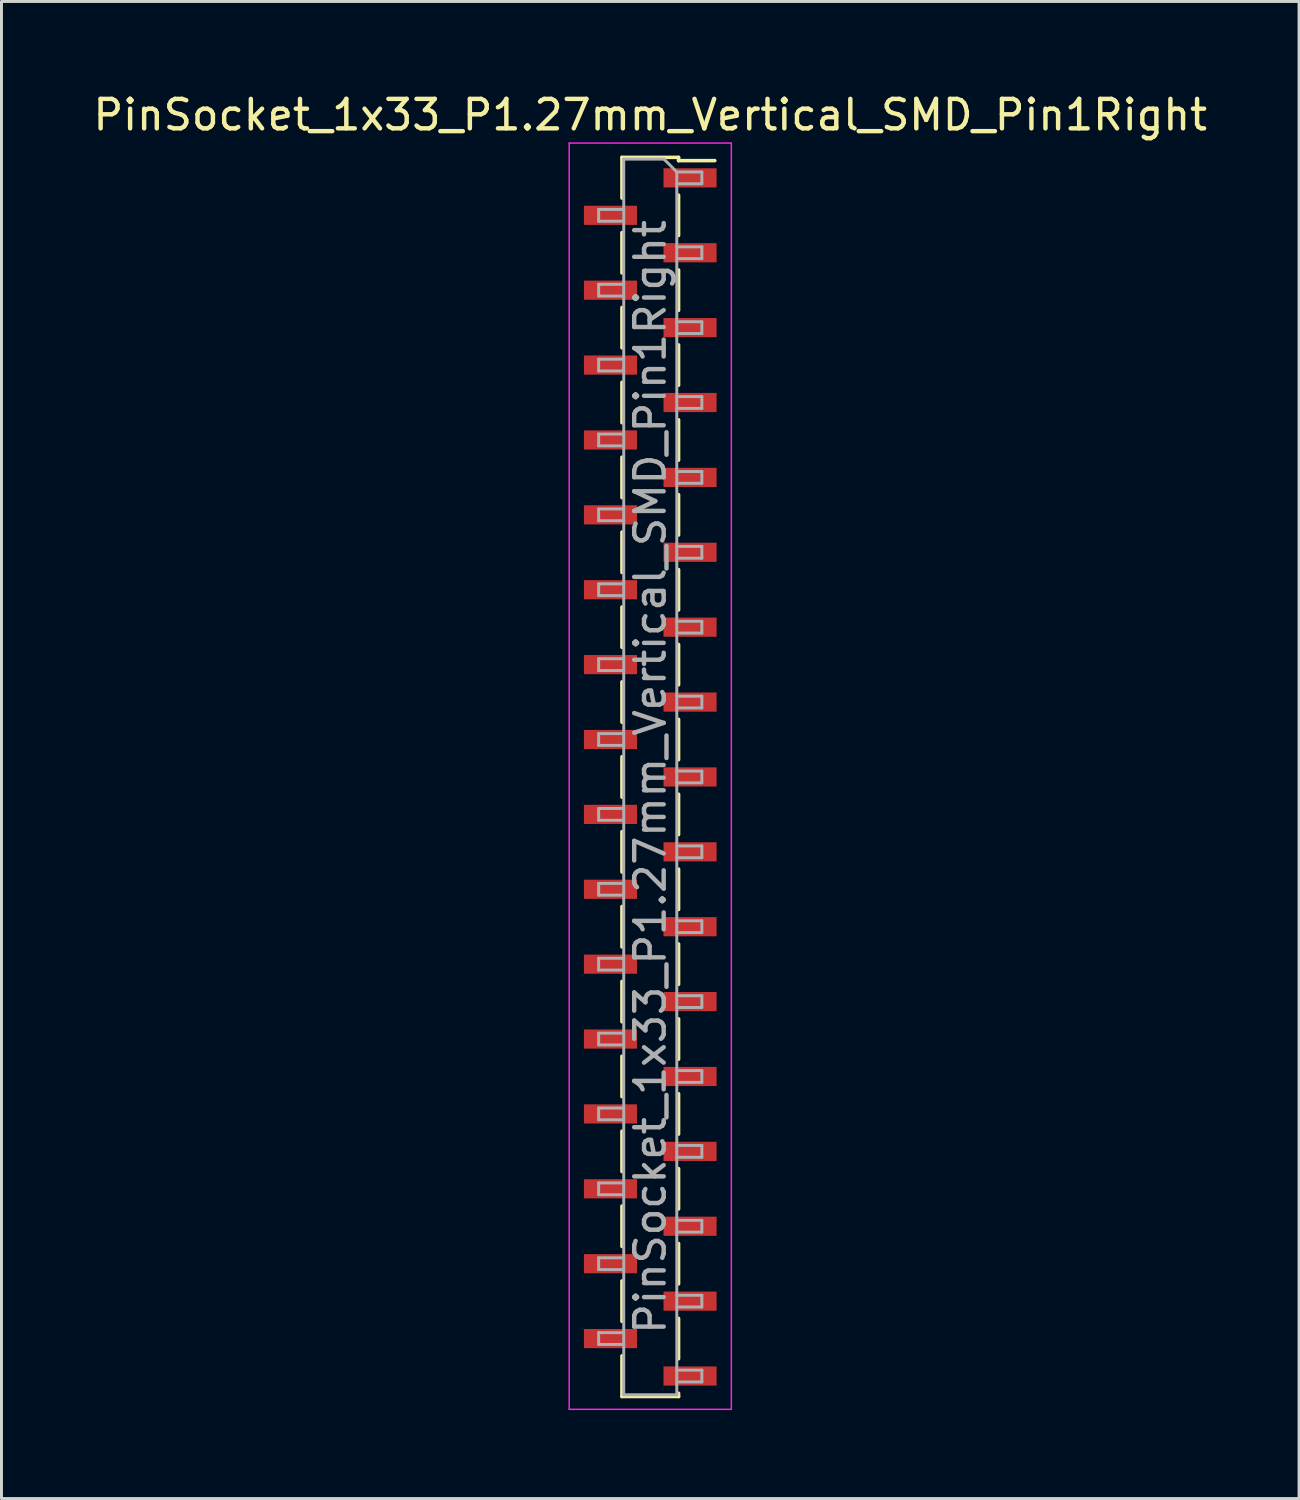
<source format=kicad_pcb>
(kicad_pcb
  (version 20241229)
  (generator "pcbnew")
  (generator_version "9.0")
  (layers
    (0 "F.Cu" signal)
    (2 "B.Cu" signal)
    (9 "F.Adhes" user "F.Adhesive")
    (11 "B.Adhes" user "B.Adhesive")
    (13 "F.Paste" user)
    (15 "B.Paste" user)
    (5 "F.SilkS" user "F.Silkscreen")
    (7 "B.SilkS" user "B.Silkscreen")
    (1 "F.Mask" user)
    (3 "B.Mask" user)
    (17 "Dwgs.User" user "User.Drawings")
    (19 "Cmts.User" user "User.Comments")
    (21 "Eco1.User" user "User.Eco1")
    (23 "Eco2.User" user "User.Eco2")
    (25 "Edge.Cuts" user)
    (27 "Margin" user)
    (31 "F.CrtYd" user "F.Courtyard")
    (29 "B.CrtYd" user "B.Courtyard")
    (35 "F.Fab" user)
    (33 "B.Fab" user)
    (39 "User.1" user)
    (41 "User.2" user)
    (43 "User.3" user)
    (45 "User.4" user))
  (footprint "PinSocket_1x33_P1.27mm_Vertical_SMD_Pin1Right"
    (layer "F.Cu")
    (at 19.006 23.303)
    (property "Reference" "PinSocket_1x33_P1.27mm_Vertical_SMD_Pin1Right" (at 0 -22.455 0) (layer "F.SilkS") (effects (font (size 1 1) (thickness 0.15))))
    (attr smd)
    (fp_line (start -0.96 -21.015) (end -0.96 -19.635) (stroke (width 0.12) (type solid)) (layer "F.SilkS"))
    (fp_line (start -0.96 -21.015) (end 0.96 -21.015) (stroke (width 0.12) (type solid)) (layer "F.SilkS"))
    (fp_line (start -0.96 -18.465) (end -0.96 -17.095) (stroke (width 0.12) (type solid)) (layer "F.SilkS"))
    (fp_line (start -0.96 -15.925) (end -0.96 -14.555) (stroke (width 0.12) (type solid)) (layer "F.SilkS"))
    (fp_line (start -0.96 -13.385) (end -0.96 -12.015) (stroke (width 0.12) (type solid)) (layer "F.SilkS"))
    (fp_line (start -0.96 -10.845) (end -0.96 -9.475) (stroke (width 0.12) (type solid)) (layer "F.SilkS"))
    (fp_line (start -0.96 -8.305) (end -0.96 -6.935) (stroke (width 0.12) (type solid)) (layer "F.SilkS"))
    (fp_line (start -0.96 -5.765) (end -0.96 -4.395) (stroke (width 0.12) (type solid)) (layer "F.SilkS"))
    (fp_line (start -0.96 -3.225) (end -0.96 -1.855) (stroke (width 0.12) (type solid)) (layer "F.SilkS"))
    (fp_line (start -0.96 -0.685) (end -0.96 0.685) (stroke (width 0.12) (type solid)) (layer "F.SilkS"))
    (fp_line (start -0.96 1.855) (end -0.96 3.225) (stroke (width 0.12) (type solid)) (layer "F.SilkS"))
    (fp_line (start -0.96 4.395) (end -0.96 5.765) (stroke (width 0.12) (type solid)) (layer "F.SilkS"))
    (fp_line (start -0.96 6.935) (end -0.96 8.305) (stroke (width 0.12) (type solid)) (layer "F.SilkS"))
    (fp_line (start -0.96 9.475) (end -0.96 10.845) (stroke (width 0.12) (type solid)) (layer "F.SilkS"))
    (fp_line (start -0.96 12.015) (end -0.96 13.385) (stroke (width 0.12) (type solid)) (layer "F.SilkS"))
    (fp_line (start -0.96 14.555) (end -0.96 15.925) (stroke (width 0.12) (type solid)) (layer "F.SilkS"))
    (fp_line (start -0.96 17.095) (end -0.96 18.465) (stroke (width 0.12) (type solid)) (layer "F.SilkS"))
    (fp_line (start -0.96 19.635) (end -0.96 21.015) (stroke (width 0.12) (type solid)) (layer "F.SilkS"))
    (fp_line (start -0.96 21.015) (end 0.96 21.015) (stroke (width 0.12) (type solid)) (layer "F.SilkS"))
    (fp_line (start 0.96 -21.015) (end 0.96 -20.905) (stroke (width 0.12) (type solid)) (layer "F.SilkS"))
    (fp_line (start 0.96 -20.905) (end 2.19 -20.905) (stroke (width 0.12) (type solid)) (layer "F.SilkS"))
    (fp_line (start 0.96 -19.735) (end 0.96 -18.365) (stroke (width 0.12) (type solid)) (layer "F.SilkS"))
    (fp_line (start 0.96 -17.195) (end 0.96 -15.825) (stroke (width 0.12) (type solid)) (layer "F.SilkS"))
    (fp_line (start 0.96 -14.655) (end 0.96 -13.285) (stroke (width 0.12) (type solid)) (layer "F.SilkS"))
    (fp_line (start 0.96 -12.115) (end 0.96 -10.745) (stroke (width 0.12) (type solid)) (layer "F.SilkS"))
    (fp_line (start 0.96 -9.575) (end 0.96 -8.205) (stroke (width 0.12) (type solid)) (layer "F.SilkS"))
    (fp_line (start 0.96 -7.035) (end 0.96 -5.665) (stroke (width 0.12) (type solid)) (layer "F.SilkS"))
    (fp_line (start 0.96 -4.495) (end 0.96 -3.125) (stroke (width 0.12) (type solid)) (layer "F.SilkS"))
    (fp_line (start 0.96 -1.955) (end 0.96 -0.585) (stroke (width 0.12) (type solid)) (layer "F.SilkS"))
    (fp_line (start 0.96 0.585) (end 0.96 1.955) (stroke (width 0.12) (type solid)) (layer "F.SilkS"))
    (fp_line (start 0.96 3.125) (end 0.96 4.495) (stroke (width 0.12) (type solid)) (layer "F.SilkS"))
    (fp_line (start 0.96 5.665) (end 0.96 7.035) (stroke (width 0.12) (type solid)) (layer "F.SilkS"))
    (fp_line (start 0.96 8.205) (end 0.96 9.575) (stroke (width 0.12) (type solid)) (layer "F.SilkS"))
    (fp_line (start 0.96 10.745) (end 0.96 12.115) (stroke (width 0.12) (type solid)) (layer "F.SilkS"))
    (fp_line (start 0.96 13.285) (end 0.96 14.655) (stroke (width 0.12) (type solid)) (layer "F.SilkS"))
    (fp_line (start 0.96 15.825) (end 0.96 17.195) (stroke (width 0.12) (type solid)) (layer "F.SilkS"))
    (fp_line (start 0.96 18.365) (end 0.96 19.735) (stroke (width 0.12) (type solid)) (layer "F.SilkS"))
    (fp_line (start 0.96 20.905) (end 0.96 21.015) (stroke (width 0.12) (type solid)) (layer "F.SilkS"))
    (fp_line (start -2.75 -21.5) (end 2.75 -21.5) (stroke (width 0.05) (type solid)) (layer "F.CrtYd"))
    (fp_line (start -2.75 21.45) (end -2.75 -21.5) (stroke (width 0.05) (type solid)) (layer "F.CrtYd"))
    (fp_line (start 2.75 -21.5) (end 2.75 21.45) (stroke (width 0.05) (type solid)) (layer "F.CrtYd"))
    (fp_line (start 2.75 21.45) (end -2.75 21.45) (stroke (width 0.05) (type solid)) (layer "F.CrtYd"))
    (fp_line (start -1.75 -19.25) (end -0.9 -19.25) (stroke (width 0.1) (type solid)) (layer "F.Fab"))
    (fp_line (start -1.75 -18.85) (end -1.75 -19.25) (stroke (width 0.1) (type solid)) (layer "F.Fab"))
    (fp_line (start -1.75 -16.71) (end -0.9 -16.71) (stroke (width 0.1) (type solid)) (layer "F.Fab"))
    (fp_line (start -1.75 -16.31) (end -1.75 -16.71) (stroke (width 0.1) (type solid)) (layer "F.Fab"))
    (fp_line (start -1.75 -14.17) (end -0.9 -14.17) (stroke (width 0.1) (type solid)) (layer "F.Fab"))
    (fp_line (start -1.75 -13.77) (end -1.75 -14.17) (stroke (width 0.1) (type solid)) (layer "F.Fab"))
    (fp_line (start -1.75 -11.63) (end -0.9 -11.63) (stroke (width 0.1) (type solid)) (layer "F.Fab"))
    (fp_line (start -1.75 -11.23) (end -1.75 -11.63) (stroke (width 0.1) (type solid)) (layer "F.Fab"))
    (fp_line (start -1.75 -9.09) (end -0.9 -9.09) (stroke (width 0.1) (type solid)) (layer "F.Fab"))
    (fp_line (start -1.75 -8.69) (end -1.75 -9.09) (stroke (width 0.1) (type solid)) (layer "F.Fab"))
    (fp_line (start -1.75 -6.55) (end -0.9 -6.55) (stroke (width 0.1) (type solid)) (layer "F.Fab"))
    (fp_line (start -1.75 -6.15) (end -1.75 -6.55) (stroke (width 0.1) (type solid)) (layer "F.Fab"))
    (fp_line (start -1.75 -4.01) (end -0.9 -4.01) (stroke (width 0.1) (type solid)) (layer "F.Fab"))
    (fp_line (start -1.75 -3.61) (end -1.75 -4.01) (stroke (width 0.1) (type solid)) (layer "F.Fab"))
    (fp_line (start -1.75 -1.47) (end -0.9 -1.47) (stroke (width 0.1) (type solid)) (layer "F.Fab"))
    (fp_line (start -1.75 -1.07) (end -1.75 -1.47) (stroke (width 0.1) (type solid)) (layer "F.Fab"))
    (fp_line (start -1.75 1.07) (end -0.9 1.07) (stroke (width 0.1) (type solid)) (layer "F.Fab"))
    (fp_line (start -1.75 1.47) (end -1.75 1.07) (stroke (width 0.1) (type solid)) (layer "F.Fab"))
    (fp_line (start -1.75 3.61) (end -0.9 3.61) (stroke (width 0.1) (type solid)) (layer "F.Fab"))
    (fp_line (start -1.75 4.01) (end -1.75 3.61) (stroke (width 0.1) (type solid)) (layer "F.Fab"))
    (fp_line (start -1.75 6.15) (end -0.9 6.15) (stroke (width 0.1) (type solid)) (layer "F.Fab"))
    (fp_line (start -1.75 6.55) (end -1.75 6.15) (stroke (width 0.1) (type solid)) (layer "F.Fab"))
    (fp_line (start -1.75 8.69) (end -0.9 8.69) (stroke (width 0.1) (type solid)) (layer "F.Fab"))
    (fp_line (start -1.75 9.09) (end -1.75 8.69) (stroke (width 0.1) (type solid)) (layer "F.Fab"))
    (fp_line (start -1.75 11.23) (end -0.9 11.23) (stroke (width 0.1) (type solid)) (layer "F.Fab"))
    (fp_line (start -1.75 11.63) (end -1.75 11.23) (stroke (width 0.1) (type solid)) (layer "F.Fab"))
    (fp_line (start -1.75 13.77) (end -0.9 13.77) (stroke (width 0.1) (type solid)) (layer "F.Fab"))
    (fp_line (start -1.75 14.17) (end -1.75 13.77) (stroke (width 0.1) (type solid)) (layer "F.Fab"))
    (fp_line (start -1.75 16.31) (end -0.9 16.31) (stroke (width 0.1) (type solid)) (layer "F.Fab"))
    (fp_line (start -1.75 16.71) (end -1.75 16.31) (stroke (width 0.1) (type solid)) (layer "F.Fab"))
    (fp_line (start -1.75 18.85) (end -0.9 18.85) (stroke (width 0.1) (type solid)) (layer "F.Fab"))
    (fp_line (start -1.75 19.25) (end -1.75 18.85) (stroke (width 0.1) (type solid)) (layer "F.Fab"))
    (fp_line (start -0.9 -20.955) (end 0.465 -20.955) (stroke (width 0.1) (type solid)) (layer "F.Fab"))
    (fp_line (start -0.9 -18.85) (end -1.75 -18.85) (stroke (width 0.1) (type solid)) (layer "F.Fab"))
    (fp_line (start -0.9 -16.31) (end -1.75 -16.31) (stroke (width 0.1) (type solid)) (layer "F.Fab"))
    (fp_line (start -0.9 -13.77) (end -1.75 -13.77) (stroke (width 0.1) (type solid)) (layer "F.Fab"))
    (fp_line (start -0.9 -11.23) (end -1.75 -11.23) (stroke (width 0.1) (type solid)) (layer "F.Fab"))
    (fp_line (start -0.9 -8.69) (end -1.75 -8.69) (stroke (width 0.1) (type solid)) (layer "F.Fab"))
    (fp_line (start -0.9 -6.15) (end -1.75 -6.15) (stroke (width 0.1) (type solid)) (layer "F.Fab"))
    (fp_line (start -0.9 -3.61) (end -1.75 -3.61) (stroke (width 0.1) (type solid)) (layer "F.Fab"))
    (fp_line (start -0.9 -1.07) (end -1.75 -1.07) (stroke (width 0.1) (type solid)) (layer "F.Fab"))
    (fp_line (start -0.9 1.47) (end -1.75 1.47) (stroke (width 0.1) (type solid)) (layer "F.Fab"))
    (fp_line (start -0.9 4.01) (end -1.75 4.01) (stroke (width 0.1) (type solid)) (layer "F.Fab"))
    (fp_line (start -0.9 6.55) (end -1.75 6.55) (stroke (width 0.1) (type solid)) (layer "F.Fab"))
    (fp_line (start -0.9 9.09) (end -1.75 9.09) (stroke (width 0.1) (type solid)) (layer "F.Fab"))
    (fp_line (start -0.9 11.63) (end -1.75 11.63) (stroke (width 0.1) (type solid)) (layer "F.Fab"))
    (fp_line (start -0.9 14.17) (end -1.75 14.17) (stroke (width 0.1) (type solid)) (layer "F.Fab"))
    (fp_line (start -0.9 16.71) (end -1.75 16.71) (stroke (width 0.1) (type solid)) (layer "F.Fab"))
    (fp_line (start -0.9 19.25) (end -1.75 19.25) (stroke (width 0.1) (type solid)) (layer "F.Fab"))
    (fp_line (start -0.9 20.955) (end -0.9 -20.955) (stroke (width 0.1) (type solid)) (layer "F.Fab"))
    (fp_line (start 0.465 -20.955) (end 0.9 -20.52) (stroke (width 0.1) (type solid)) (layer "F.Fab"))
    (fp_line (start 0.9 -20.52) (end 0.9 20.955) (stroke (width 0.1) (type solid)) (layer "F.Fab"))
    (fp_line (start 0.9 -20.52) (end 1.75 -20.52) (stroke (width 0.1) (type solid)) (layer "F.Fab"))
    (fp_line (start 0.9 -17.98) (end 1.75 -17.98) (stroke (width 0.1) (type solid)) (layer "F.Fab"))
    (fp_line (start 0.9 -15.44) (end 1.75 -15.44) (stroke (width 0.1) (type solid)) (layer "F.Fab"))
    (fp_line (start 0.9 -12.9) (end 1.75 -12.9) (stroke (width 0.1) (type solid)) (layer "F.Fab"))
    (fp_line (start 0.9 -10.36) (end 1.75 -10.36) (stroke (width 0.1) (type solid)) (layer "F.Fab"))
    (fp_line (start 0.9 -7.82) (end 1.75 -7.82) (stroke (width 0.1) (type solid)) (layer "F.Fab"))
    (fp_line (start 0.9 -5.28) (end 1.75 -5.28) (stroke (width 0.1) (type solid)) (layer "F.Fab"))
    (fp_line (start 0.9 -2.74) (end 1.75 -2.74) (stroke (width 0.1) (type solid)) (layer "F.Fab"))
    (fp_line (start 0.9 -0.2) (end 1.75 -0.2) (stroke (width 0.1) (type solid)) (layer "F.Fab"))
    (fp_line (start 0.9 2.34) (end 1.75 2.34) (stroke (width 0.1) (type solid)) (layer "F.Fab"))
    (fp_line (start 0.9 4.88) (end 1.75 4.88) (stroke (width 0.1) (type solid)) (layer "F.Fab"))
    (fp_line (start 0.9 7.42) (end 1.75 7.42) (stroke (width 0.1) (type solid)) (layer "F.Fab"))
    (fp_line (start 0.9 9.96) (end 1.75 9.96) (stroke (width 0.1) (type solid)) (layer "F.Fab"))
    (fp_line (start 0.9 12.5) (end 1.75 12.5) (stroke (width 0.1) (type solid)) (layer "F.Fab"))
    (fp_line (start 0.9 15.04) (end 1.75 15.04) (stroke (width 0.1) (type solid)) (layer "F.Fab"))
    (fp_line (start 0.9 17.58) (end 1.75 17.58) (stroke (width 0.1) (type solid)) (layer "F.Fab"))
    (fp_line (start 0.9 20.12) (end 1.75 20.12) (stroke (width 0.1) (type solid)) (layer "F.Fab"))
    (fp_line (start 0.9 20.955) (end -0.9 20.955) (stroke (width 0.1) (type solid)) (layer "F.Fab"))
    (fp_line (start 1.75 -20.52) (end 1.75 -20.12) (stroke (width 0.1) (type solid)) (layer "F.Fab"))
    (fp_line (start 1.75 -20.12) (end 0.9 -20.12) (stroke (width 0.1) (type solid)) (layer "F.Fab"))
    (fp_line (start 1.75 -17.98) (end 1.75 -17.58) (stroke (width 0.1) (type solid)) (layer "F.Fab"))
    (fp_line (start 1.75 -17.58) (end 0.9 -17.58) (stroke (width 0.1) (type solid)) (layer "F.Fab"))
    (fp_line (start 1.75 -15.44) (end 1.75 -15.04) (stroke (width 0.1) (type solid)) (layer "F.Fab"))
    (fp_line (start 1.75 -15.04) (end 0.9 -15.04) (stroke (width 0.1) (type solid)) (layer "F.Fab"))
    (fp_line (start 1.75 -12.9) (end 1.75 -12.5) (stroke (width 0.1) (type solid)) (layer "F.Fab"))
    (fp_line (start 1.75 -12.5) (end 0.9 -12.5) (stroke (width 0.1) (type solid)) (layer "F.Fab"))
    (fp_line (start 1.75 -10.36) (end 1.75 -9.96) (stroke (width 0.1) (type solid)) (layer "F.Fab"))
    (fp_line (start 1.75 -9.96) (end 0.9 -9.96) (stroke (width 0.1) (type solid)) (layer "F.Fab"))
    (fp_line (start 1.75 -7.82) (end 1.75 -7.42) (stroke (width 0.1) (type solid)) (layer "F.Fab"))
    (fp_line (start 1.75 -7.42) (end 0.9 -7.42) (stroke (width 0.1) (type solid)) (layer "F.Fab"))
    (fp_line (start 1.75 -5.28) (end 1.75 -4.88) (stroke (width 0.1) (type solid)) (layer "F.Fab"))
    (fp_line (start 1.75 -4.88) (end 0.9 -4.88) (stroke (width 0.1) (type solid)) (layer "F.Fab"))
    (fp_line (start 1.75 -2.74) (end 1.75 -2.34) (stroke (width 0.1) (type solid)) (layer "F.Fab"))
    (fp_line (start 1.75 -2.34) (end 0.9 -2.34) (stroke (width 0.1) (type solid)) (layer "F.Fab"))
    (fp_line (start 1.75 -0.2) (end 1.75 0.2) (stroke (width 0.1) (type solid)) (layer "F.Fab"))
    (fp_line (start 1.75 0.2) (end 0.9 0.2) (stroke (width 0.1) (type solid)) (layer "F.Fab"))
    (fp_line (start 1.75 2.34) (end 1.75 2.74) (stroke (width 0.1) (type solid)) (layer "F.Fab"))
    (fp_line (start 1.75 2.74) (end 0.9 2.74) (stroke (width 0.1) (type solid)) (layer "F.Fab"))
    (fp_line (start 1.75 4.88) (end 1.75 5.28) (stroke (width 0.1) (type solid)) (layer "F.Fab"))
    (fp_line (start 1.75 5.28) (end 0.9 5.28) (stroke (width 0.1) (type solid)) (layer "F.Fab"))
    (fp_line (start 1.75 7.42) (end 1.75 7.82) (stroke (width 0.1) (type solid)) (layer "F.Fab"))
    (fp_line (start 1.75 7.82) (end 0.9 7.82) (stroke (width 0.1) (type solid)) (layer "F.Fab"))
    (fp_line (start 1.75 9.96) (end 1.75 10.36) (stroke (width 0.1) (type solid)) (layer "F.Fab"))
    (fp_line (start 1.75 10.36) (end 0.9 10.36) (stroke (width 0.1) (type solid)) (layer "F.Fab"))
    (fp_line (start 1.75 12.5) (end 1.75 12.9) (stroke (width 0.1) (type solid)) (layer "F.Fab"))
    (fp_line (start 1.75 12.9) (end 0.9 12.9) (stroke (width 0.1) (type solid)) (layer "F.Fab"))
    (fp_line (start 1.75 15.04) (end 1.75 15.44) (stroke (width 0.1) (type solid)) (layer "F.Fab"))
    (fp_line (start 1.75 15.44) (end 0.9 15.44) (stroke (width 0.1) (type solid)) (layer "F.Fab"))
    (fp_line (start 1.75 17.58) (end 1.75 17.98) (stroke (width 0.1) (type solid)) (layer "F.Fab"))
    (fp_line (start 1.75 17.98) (end 0.9 17.98) (stroke (width 0.1) (type solid)) (layer "F.Fab"))
    (fp_line (start 1.75 20.12) (end 1.75 20.52) (stroke (width 0.1) (type solid)) (layer "F.Fab"))
    (fp_line (start 1.75 20.52) (end 0.9 20.52) (stroke (width 0.1) (type solid)) (layer "F.Fab"))
    (fp_text user "${REFERENCE}" (at 0 0 90) (layer "F.Fab") (effects (font (size 1 1) (thickness 0.15))))
    (pad "1" smd rect (at 1.35 -20.32) (size 1.8 0.65) (layers "F.Cu" "F.Mask" "F.Paste"))
    (pad "2" smd rect (at -1.35 -19.05) (size 1.8 0.65) (layers "F.Cu" "F.Mask" "F.Paste"))
    (pad "3" smd rect (at 1.35 -17.78) (size 1.8 0.65) (layers "F.Cu" "F.Mask" "F.Paste"))
    (pad "4" smd rect (at -1.35 -16.51) (size 1.8 0.65) (layers "F.Cu" "F.Mask" "F.Paste"))
    (pad "5" smd rect (at 1.35 -15.24) (size 1.8 0.65) (layers "F.Cu" "F.Mask" "F.Paste"))
    (pad "6" smd rect (at -1.35 -13.97) (size 1.8 0.65) (layers "F.Cu" "F.Mask" "F.Paste"))
    (pad "7" smd rect (at 1.35 -12.7) (size 1.8 0.65) (layers "F.Cu" "F.Mask" "F.Paste"))
    (pad "8" smd rect (at -1.35 -11.43) (size 1.8 0.65) (layers "F.Cu" "F.Mask" "F.Paste"))
    (pad "9" smd rect (at 1.35 -10.16) (size 1.8 0.65) (layers "F.Cu" "F.Mask" "F.Paste"))
    (pad "10" smd rect (at -1.35 -8.89) (size 1.8 0.65) (layers "F.Cu" "F.Mask" "F.Paste"))
    (pad "11" smd rect (at 1.35 -7.62) (size 1.8 0.65) (layers "F.Cu" "F.Mask" "F.Paste"))
    (pad "12" smd rect (at -1.35 -6.35) (size 1.8 0.65) (layers "F.Cu" "F.Mask" "F.Paste"))
    (pad "13" smd rect (at 1.35 -5.08) (size 1.8 0.65) (layers "F.Cu" "F.Mask" "F.Paste"))
    (pad "14" smd rect (at -1.35 -3.81) (size 1.8 0.65) (layers "F.Cu" "F.Mask" "F.Paste"))
    (pad "15" smd rect (at 1.35 -2.54) (size 1.8 0.65) (layers "F.Cu" "F.Mask" "F.Paste"))
    (pad "16" smd rect (at -1.35 -1.27) (size 1.8 0.65) (layers "F.Cu" "F.Mask" "F.Paste"))
    (pad "17" smd rect (at 1.35 0) (size 1.8 0.65) (layers "F.Cu" "F.Mask" "F.Paste"))
    (pad "18" smd rect (at -1.35 1.27) (size 1.8 0.65) (layers "F.Cu" "F.Mask" "F.Paste"))
    (pad "19" smd rect (at 1.35 2.54) (size 1.8 0.65) (layers "F.Cu" "F.Mask" "F.Paste"))
    (pad "20" smd rect (at -1.35 3.81) (size 1.8 0.65) (layers "F.Cu" "F.Mask" "F.Paste"))
    (pad "21" smd rect (at 1.35 5.08) (size 1.8 0.65) (layers "F.Cu" "F.Mask" "F.Paste"))
    (pad "22" smd rect (at -1.35 6.35) (size 1.8 0.65) (layers "F.Cu" "F.Mask" "F.Paste"))
    (pad "23" smd rect (at 1.35 7.62) (size 1.8 0.65) (layers "F.Cu" "F.Mask" "F.Paste"))
    (pad "24" smd rect (at -1.35 8.89) (size 1.8 0.65) (layers "F.Cu" "F.Mask" "F.Paste"))
    (pad "25" smd rect (at 1.35 10.16) (size 1.8 0.65) (layers "F.Cu" "F.Mask" "F.Paste"))
    (pad "26" smd rect (at -1.35 11.43) (size 1.8 0.65) (layers "F.Cu" "F.Mask" "F.Paste"))
    (pad "27" smd rect (at 1.35 12.7) (size 1.8 0.65) (layers "F.Cu" "F.Mask" "F.Paste"))
    (pad "28" smd rect (at -1.35 13.97) (size 1.8 0.65) (layers "F.Cu" "F.Mask" "F.Paste"))
    (pad "29" smd rect (at 1.35 15.24) (size 1.8 0.65) (layers "F.Cu" "F.Mask" "F.Paste"))
    (pad "30" smd rect (at -1.35 16.51) (size 1.8 0.65) (layers "F.Cu" "F.Mask" "F.Paste"))
    (pad "31" smd rect (at 1.35 17.78) (size 1.8 0.65) (layers "F.Cu" "F.Mask" "F.Paste"))
    (pad "32" smd rect (at -1.35 19.05) (size 1.8 0.65) (layers "F.Cu" "F.Mask" "F.Paste"))
    (pad "33" smd rect (at 1.35 20.32) (size 1.8 0.65) (layers "F.Cu" "F.Mask" "F.Paste")))
  (gr_rect
    (start -3 -3)
    (end 41.012 47.778)
    (stroke (width 0.1) (type default))
    (fill no)
    (layer "Edge.Cuts")))
</source>
